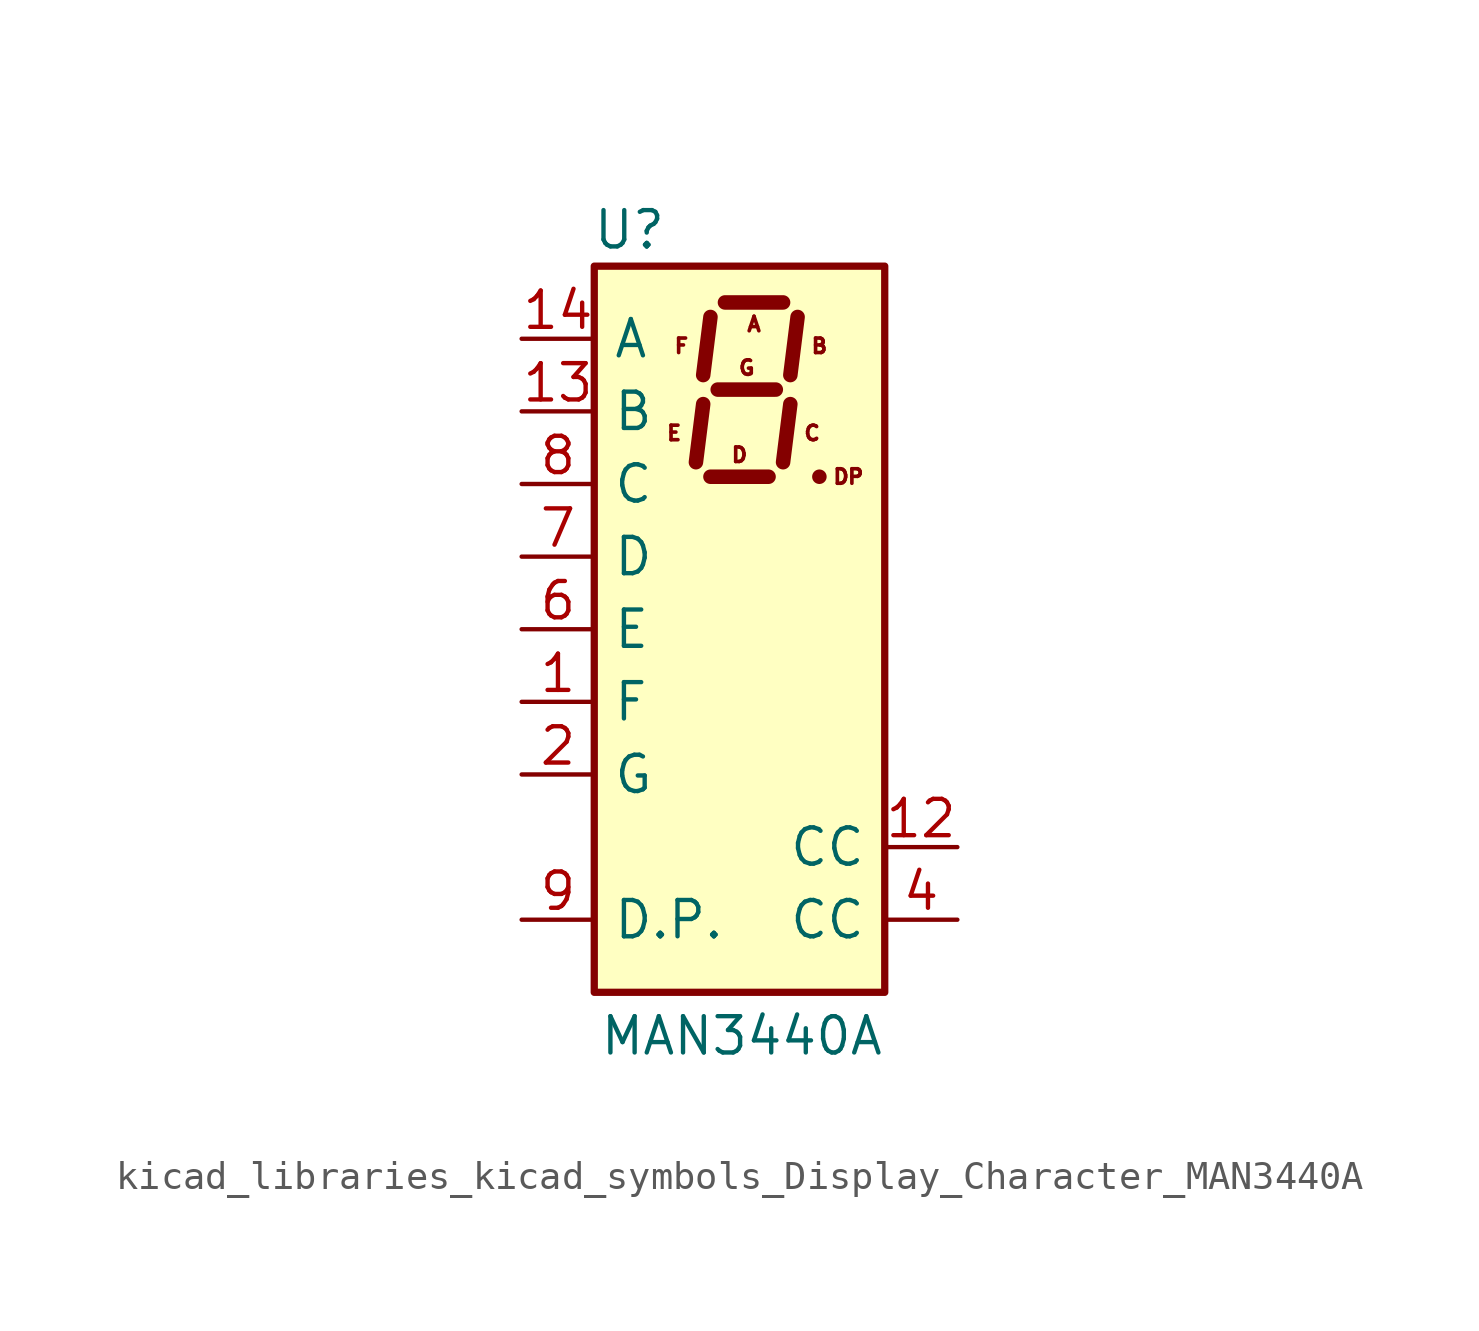
<source format=kicad_sym>
(kicad_symbol_lib
  (version 20220914)
  (generator kicad_symbol_editor)
  (symbol "kicad_libraries_kicad_symbols_Display_Character_MAN3440A"
    (pin_names
      (offset 0.635))
    (property "Reference" "U"
      (at -2.54 13.97 0)
      (effects (font (size 1.27 1.27)) (justify right)))
    (property "Value" "MAN3440A"
      (at 5.08 -14.224 0)
      (effects (font (size 1.27 1.27)) (justify right)))
    (symbol "kicad_libraries_kicad_symbols_Display_Character_MAN3440A_0_0"
      (text "A" (at 0.508 10.668 0) (effects (font (size 0.508 0.508))))
      (text "B" (at 2.794 9.906 0) (effects (font (size 0.508 0.508))))
      (text "C" (at 2.54 6.858 0) (effects (font (size 0.508 0.508))))
      (text "D" (at 0 6.096 0) (effects (font (size 0.508 0.508))))
      (text "DP" (at 3.81 5.334 0) (effects (font (size 0.508 0.508))))
      (text "E" (at -2.286 6.858 0) (effects (font (size 0.508 0.508))))
      (text "F" (at -2.032 9.906 0) (effects (font (size 0.508 0.508))))
      (text "G" (at 0.254 9.144 0) (effects (font (size 0.508 0.508)))))
    (symbol "kicad_libraries_kicad_symbols_Display_Character_MAN3440A_0_1"
      (rectangle (start -5.08 12.7) (end 5.08 -12.7) (stroke (width 0.254) (type default)) (fill (type background)))
      (polyline (pts (xy -1.27 7.874) (xy -1.524 5.842)) (stroke (width 0.508) (type default)) (fill (type none)))
      (polyline (pts (xy -1.016 5.334) (xy 1.016 5.334)) (stroke (width 0.508) (type default)) (fill (type none)))
      (polyline (pts (xy -1.016 10.922) (xy -1.27 8.89)) (stroke (width 0.508) (type default)) (fill (type none)))
      (polyline (pts (xy -0.762 8.382) (xy 1.27 8.382)) (stroke (width 0.508) (type default)) (fill (type none)))
      (polyline (pts (xy -0.508 11.43) (xy 1.524 11.43)) (stroke (width 0.508) (type default)) (fill (type none)))
      (polyline (pts (xy 1.778 7.874) (xy 1.524 5.842)) (stroke (width 0.508) (type default)) (fill (type none)))
      (polyline (pts (xy 2.032 10.922) (xy 1.778 8.89)) (stroke (width 0.508) (type default)) (fill (type none)))
      (polyline (pts (xy 2.794 5.334) (xy 2.794 5.334)) (stroke (width 0.508) (type default)) (fill (type none))))
    (symbol "kicad_libraries_kicad_symbols_Display_Character_MAN3440A_1_1"
      (pin input line (at -7.62 -2.54 0) (length 2.54) (name "F" (effects (font (size 1.27 1.27)))) (number "1" (effects (font (size 1.27 1.27)))))
      (pin no_connect line (at 5.08 -2.54 180) (length 2.54) hide (name "NC" (effects (font (size 1.27 1.27)))) (number "10" (effects (font (size 1.27 1.27)))))
      (pin no_connect line (at 5.08 -5.08 180) (length 2.54) hide (name "NC" (effects (font (size 1.27 1.27)))) (number "11" (effects (font (size 1.27 1.27)))))
      (pin input line (at 7.62 -7.62 180) (length 2.54) (name "CC" (effects (font (size 1.27 1.27)))) (number "12" (effects (font (size 1.27 1.27)))))
      (pin input line (at -7.62 7.62 0) (length 2.54) (name "B" (effects (font (size 1.27 1.27)))) (number "13" (effects (font (size 1.27 1.27)))))
      (pin input line (at -7.62 10.16 0) (length 2.54) (name "A" (effects (font (size 1.27 1.27)))) (number "14" (effects (font (size 1.27 1.27)))))
      (pin input line (at -7.62 -5.08 0) (length 2.54) (name "G" (effects (font (size 1.27 1.27)))) (number "2" (effects (font (size 1.27 1.27)))))
      (pin no_connect line (at 5.08 2.54 180) (length 2.54) hide (name "NC" (effects (font (size 1.27 1.27)))) (number "3" (effects (font (size 1.27 1.27)))))
      (pin input line (at 7.62 -10.16 180) (length 2.54) (name "CC" (effects (font (size 1.27 1.27)))) (number "4" (effects (font (size 1.27 1.27)))))
      (pin no_connect line (at 5.08 0 180) (length 2.54) hide (name "NC" (effects (font (size 1.27 1.27)))) (number "5" (effects (font (size 1.27 1.27)))))
      (pin input line (at -7.62 0 0) (length 2.54) (name "E" (effects (font (size 1.27 1.27)))) (number "6" (effects (font (size 1.27 1.27)))))
      (pin input line (at -7.62 2.54 0) (length 2.54) (name "D" (effects (font (size 1.27 1.27)))) (number "7" (effects (font (size 1.27 1.27)))))
      (pin input line (at -7.62 5.08 0) (length 2.54) (name "C" (effects (font (size 1.27 1.27)))) (number "8" (effects (font (size 1.27 1.27)))))
      (pin input line (at -7.62 -10.16 0) (length 2.54) (name "D.P." (effects (font (size 1.27 1.27)))) (number "9" (effects (font (size 1.27 1.27))))))))
</source>
